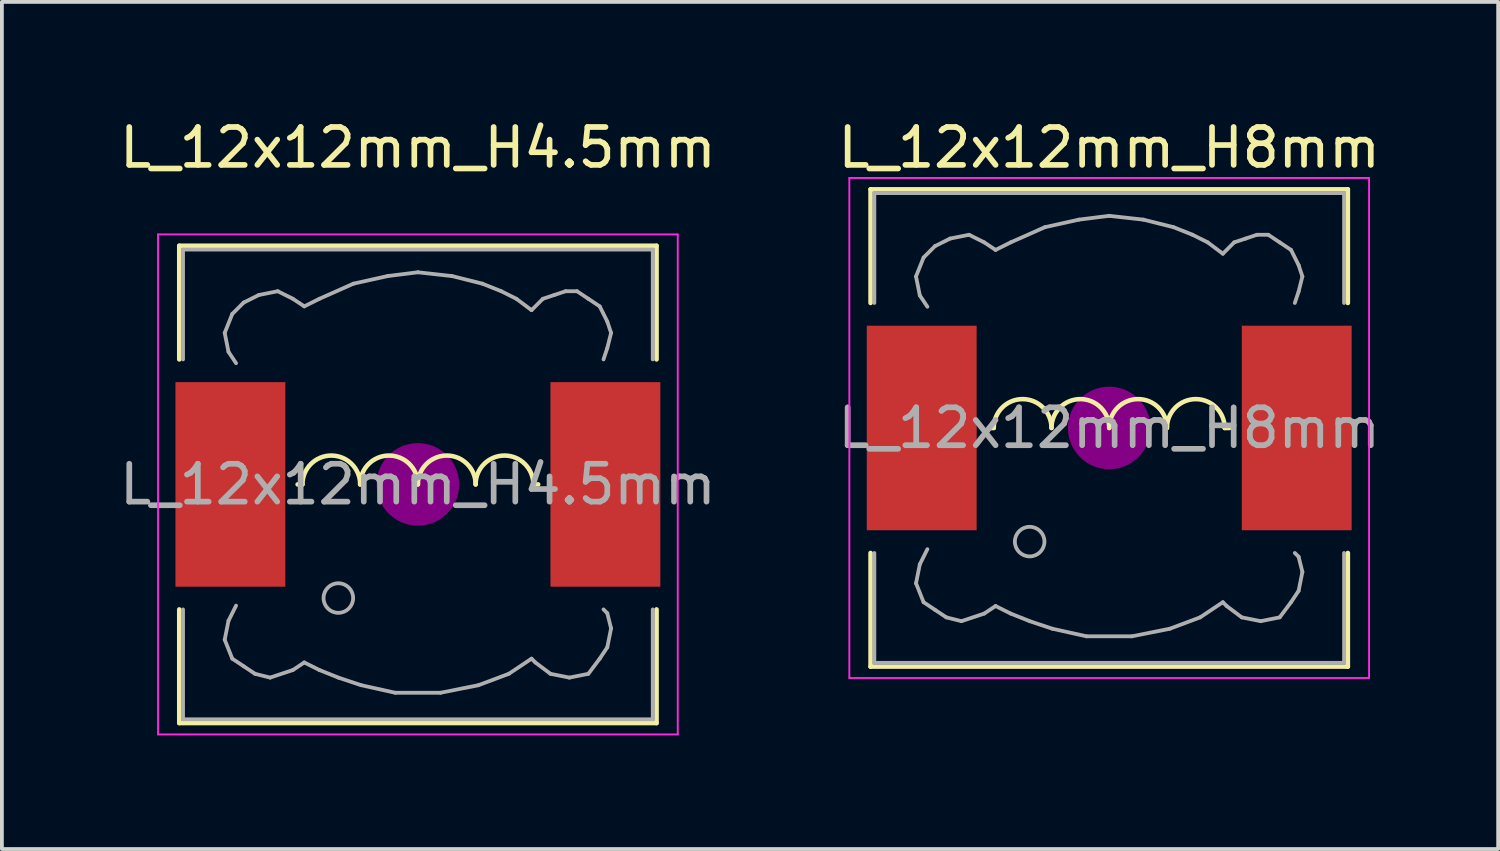
<source format=kicad_pcb>
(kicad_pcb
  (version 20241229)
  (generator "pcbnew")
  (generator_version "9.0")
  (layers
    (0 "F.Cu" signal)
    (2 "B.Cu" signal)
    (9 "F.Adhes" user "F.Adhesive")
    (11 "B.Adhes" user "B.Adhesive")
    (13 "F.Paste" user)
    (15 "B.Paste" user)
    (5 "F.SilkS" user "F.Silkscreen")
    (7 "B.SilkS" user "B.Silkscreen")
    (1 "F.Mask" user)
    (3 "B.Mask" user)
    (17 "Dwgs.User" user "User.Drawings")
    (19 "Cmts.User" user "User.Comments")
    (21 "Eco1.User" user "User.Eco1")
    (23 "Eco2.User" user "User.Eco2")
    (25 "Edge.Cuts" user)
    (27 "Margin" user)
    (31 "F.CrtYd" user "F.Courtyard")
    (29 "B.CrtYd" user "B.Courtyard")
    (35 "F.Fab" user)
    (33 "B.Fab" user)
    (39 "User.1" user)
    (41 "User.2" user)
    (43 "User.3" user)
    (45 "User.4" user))
  (footprint "L_12x12mm_H4.5mm"
    (layer "F.Cu")
    (at 7.982 9.738)
    (property "Reference" "L_12x12mm_H4.5mm" (at 0 -8.89 0) (layer "F.SilkS") (effects (font (size 1 1) (thickness 0.15))))
    (attr smd)
    (fp_line (start -6.3 -6.3) (end 6.3 -6.3) (stroke (width 0.12) (type solid)) (layer "F.SilkS"))
    (fp_line (start -6.3 -3.3) (end -6.3 -6.3) (stroke (width 0.12) (type solid)) (layer "F.SilkS"))
    (fp_line (start -6.3 6.3) (end -6.3 3.3) (stroke (width 0.12) (type solid)) (layer "F.SilkS"))
    (fp_line (start -3.048 0) (end -3.175 0) (stroke (width 0.12) (type solid)) (layer "F.SilkS"))
    (fp_line (start 3.175 0) (end 3.048 0) (stroke (width 0.12) (type solid)) (layer "F.SilkS"))
    (fp_line (start 6.3 -6.3) (end 6.3 -3.3) (stroke (width 0.12) (type solid)) (layer "F.SilkS"))
    (fp_line (start 6.3 3.3) (end 6.3 6.3) (stroke (width 0.12) (type solid)) (layer "F.SilkS"))
    (fp_line (start 6.3 6.3) (end -6.3 6.3) (stroke (width 0.12) (type solid)) (layer "F.SilkS"))
    (fp_arc (start -3.048 0) (mid -2.286 -0.762) (end -1.524 0) (stroke (width 0.12) (type solid)) (layer "F.SilkS"))
    (fp_arc (start -1.524 0) (mid -0.762 -0.762) (end 0 0) (stroke (width 0.12) (type solid)) (layer "F.SilkS"))
    (fp_arc (start 0 0) (mid 0.762 -0.762) (end 1.524 0) (stroke (width 0.12) (type solid)) (layer "F.SilkS"))
    (fp_arc (start 1.524 0) (mid 2.286 -0.762) (end 3.048 0) (stroke (width 0.12) (type solid)) (layer "F.SilkS"))
    (fp_circle (center 0 0) (end 0.15 0.15) (stroke (width 0.38) (type solid)) (fill no) (layer "F.Adhes"))
    (fp_circle (center 0 0) (end 0.55 0) (stroke (width 0.38) (type solid)) (fill no) (layer "F.Adhes"))
    (fp_circle (center 0 0) (end 0.9 0) (stroke (width 0.38) (type solid)) (fill no) (layer "F.Adhes"))
    (fp_line (start -6.86 -6.6) (end 6.86 -6.6) (stroke (width 0.05) (type solid)) (layer "F.CrtYd"))
    (fp_line (start -6.86 6.6) (end -6.86 -6.6) (stroke (width 0.05) (type solid)) (layer "F.CrtYd"))
    (fp_line (start 6.86 -6.6) (end 6.86 6.6) (stroke (width 0.05) (type solid)) (layer "F.CrtYd"))
    (fp_line (start 6.86 6.6) (end -6.86 6.6) (stroke (width 0.05) (type solid)) (layer "F.CrtYd"))
    (fp_line (start -6.2 -6.2) (end -6.2 -3.3) (stroke (width 0.1) (type solid)) (layer "F.Fab"))
    (fp_line (start -6.2 3.3) (end -6.2 6.2) (stroke (width 0.1) (type solid)) (layer "F.Fab"))
    (fp_line (start -6.2 6.2) (end 6.2 6.2) (stroke (width 0.1) (type solid)) (layer "F.Fab"))
    (fp_line (start -5.1 -4) (end -5 -3.5) (stroke (width 0.1) (type solid)) (layer "F.Fab"))
    (fp_line (start -5.1 4.1) (end -5 3.6) (stroke (width 0.1) (type solid)) (layer "F.Fab"))
    (fp_line (start -5 -3.5) (end -4.8 -3.2) (stroke (width 0.1) (type solid)) (layer "F.Fab"))
    (fp_line (start -5 3.6) (end -4.8 3.2) (stroke (width 0.1) (type solid)) (layer "F.Fab"))
    (fp_line (start -4.9 -4.5) (end -5.1 -4) (stroke (width 0.1) (type solid)) (layer "F.Fab"))
    (fp_line (start -4.9 4.6) (end -5.1 4.1) (stroke (width 0.1) (type solid)) (layer "F.Fab"))
    (fp_line (start -4.6 -4.8) (end -4.9 -4.5) (stroke (width 0.1) (type solid)) (layer "F.Fab"))
    (fp_line (start -4.6 4.8) (end -4.9 4.6) (stroke (width 0.1) (type solid)) (layer "F.Fab"))
    (fp_line (start -4.3 5) (end -4.6 4.8) (stroke (width 0.1) (type solid)) (layer "F.Fab"))
    (fp_line (start -4.2 -5) (end -4.6 -4.8) (stroke (width 0.1) (type solid)) (layer "F.Fab"))
    (fp_line (start -3.9 5.1) (end -4.3 5) (stroke (width 0.1) (type solid)) (layer "F.Fab"))
    (fp_line (start -3.7 -5.1) (end -4.2 -5) (stroke (width 0.1) (type solid)) (layer "F.Fab"))
    (fp_line (start -3.3 -4.9) (end -3.7 -5.1) (stroke (width 0.1) (type solid)) (layer "F.Fab"))
    (fp_line (start -3.3 4.9) (end -3.9 5.1) (stroke (width 0.1) (type solid)) (layer "F.Fab"))
    (fp_line (start -3 -4.7) (end -3.3 -4.9) (stroke (width 0.1) (type solid)) (layer "F.Fab"))
    (fp_line (start -3 4.7) (end -3.3 4.9) (stroke (width 0.1) (type solid)) (layer "F.Fab"))
    (fp_line (start -2.6 -4.9) (end -3 -4.7) (stroke (width 0.1) (type solid)) (layer "F.Fab"))
    (fp_line (start -2.6 4.9) (end -3 4.7) (stroke (width 0.1) (type solid)) (layer "F.Fab"))
    (fp_line (start -2.1 5.1) (end -2.6 4.9) (stroke (width 0.1) (type solid)) (layer "F.Fab"))
    (fp_line (start -1.7 -5.3) (end -2.6 -4.9) (stroke (width 0.1) (type solid)) (layer "F.Fab"))
    (fp_line (start -1.5 5.3) (end -2.1 5.1) (stroke (width 0.1) (type solid)) (layer "F.Fab"))
    (fp_line (start -0.8 -5.5) (end -1.7 -5.3) (stroke (width 0.1) (type solid)) (layer "F.Fab"))
    (fp_line (start -0.6 5.5) (end -1.5 5.3) (stroke (width 0.1) (type solid)) (layer "F.Fab"))
    (fp_line (start 0 -5.6) (end -0.8 -5.5) (stroke (width 0.1) (type solid)) (layer "F.Fab"))
    (fp_line (start 0.6 5.5) (end -0.6 5.5) (stroke (width 0.1) (type solid)) (layer "F.Fab"))
    (fp_line (start 0.9 -5.5) (end 0 -5.6) (stroke (width 0.1) (type solid)) (layer "F.Fab"))
    (fp_line (start 1.6 5.3) (end 0.6 5.5) (stroke (width 0.1) (type solid)) (layer "F.Fab"))
    (fp_line (start 1.7 -5.3) (end 0.9 -5.5) (stroke (width 0.1) (type solid)) (layer "F.Fab"))
    (fp_line (start 2.2 -5.1) (end 1.7 -5.3) (stroke (width 0.1) (type solid)) (layer "F.Fab"))
    (fp_line (start 2.4 5) (end 1.6 5.3) (stroke (width 0.1) (type solid)) (layer "F.Fab"))
    (fp_line (start 2.6 -4.9) (end 2.2 -5.1) (stroke (width 0.1) (type solid)) (layer "F.Fab"))
    (fp_line (start 3 -4.6) (end 2.6 -4.9) (stroke (width 0.1) (type solid)) (layer "F.Fab"))
    (fp_line (start 3 4.6) (end 2.4 5) (stroke (width 0.1) (type solid)) (layer "F.Fab"))
    (fp_line (start 3.1 4.7) (end 3 4.6) (stroke (width 0.1) (type solid)) (layer "F.Fab"))
    (fp_line (start 3.3 -4.9) (end 3 -4.6) (stroke (width 0.1) (type solid)) (layer "F.Fab"))
    (fp_line (start 3.5 5) (end 3.1 4.7) (stroke (width 0.1) (type solid)) (layer "F.Fab"))
    (fp_line (start 3.6 -5) (end 3.3 -4.9) (stroke (width 0.1) (type solid)) (layer "F.Fab"))
    (fp_line (start 3.9 -5.1) (end 3.6 -5) (stroke (width 0.1) (type solid)) (layer "F.Fab"))
    (fp_line (start 4 5.1) (end 3.5 5) (stroke (width 0.1) (type solid)) (layer "F.Fab"))
    (fp_line (start 4.2 -5.1) (end 3.9 -5.1) (stroke (width 0.1) (type solid)) (layer "F.Fab"))
    (fp_line (start 4.5 -4.9) (end 4.2 -5.1) (stroke (width 0.1) (type solid)) (layer "F.Fab"))
    (fp_line (start 4.5 5) (end 4 5.1) (stroke (width 0.1) (type solid)) (layer "F.Fab"))
    (fp_line (start 4.8 -4.7) (end 4.5 -4.9) (stroke (width 0.1) (type solid)) (layer "F.Fab"))
    (fp_line (start 4.8 4.6) (end 4.5 5) (stroke (width 0.1) (type solid)) (layer "F.Fab"))
    (fp_line (start 4.9 -3.3) (end 5 -3.6) (stroke (width 0.1) (type solid)) (layer "F.Fab"))
    (fp_line (start 4.9 3.3) (end 5 3.4) (stroke (width 0.1) (type solid)) (layer "F.Fab"))
    (fp_line (start 5 -4.3) (end 4.8 -4.7) (stroke (width 0.1) (type solid)) (layer "F.Fab"))
    (fp_line (start 5 -3.6) (end 5.1 -4) (stroke (width 0.1) (type solid)) (layer "F.Fab"))
    (fp_line (start 5 3.4) (end 5.1 3.8) (stroke (width 0.1) (type solid)) (layer "F.Fab"))
    (fp_line (start 5 4.3) (end 4.8 4.6) (stroke (width 0.1) (type solid)) (layer "F.Fab"))
    (fp_line (start 5.1 -4) (end 5 -4.3) (stroke (width 0.1) (type solid)) (layer "F.Fab"))
    (fp_line (start 5.1 3.8) (end 5 4.3) (stroke (width 0.1) (type solid)) (layer "F.Fab"))
    (fp_line (start 6.2 -6.2) (end -6.2 -6.2) (stroke (width 0.1) (type solid)) (layer "F.Fab"))
    (fp_line (start 6.2 -6.2) (end 6.2 -3.3) (stroke (width 0.1) (type solid)) (layer "F.Fab"))
    (fp_line (start 6.2 6.2) (end 6.2 3.3) (stroke (width 0.1) (type solid)) (layer "F.Fab"))
    (fp_circle (center -2.1 3) (end -1.8 3.25) (stroke (width 0.1) (type solid)) (fill no) (layer "F.Fab"))
    (fp_text user "${REFERENCE}" (at 0 0 0) (layer "F.Fab") (effects (font (size 1 1) (thickness 0.15))))
    (pad "1" smd rect (at -4.95 0) (size 2.9 5.4) (layers "F.Cu" "F.Mask" "F.Paste"))
    (pad "2" smd rect (at 4.95 0) (size 2.9 5.4) (layers "F.Cu" "F.Mask" "F.Paste")))
  (footprint "L_12x12mm_H8mm"
    (layer "F.Cu")
    (at 26.232 8.248)
    (property "Reference" "L_12x12mm_H8mm" (at 0 -7.4 0) (layer "F.SilkS") (effects (font (size 1 1) (thickness 0.15))))
    (attr smd)
    (fp_line (start -6.3 -6.3) (end 6.3 -6.3) (stroke (width 0.12) (type solid)) (layer "F.SilkS"))
    (fp_line (start -6.3 -3.3) (end -6.3 -6.3) (stroke (width 0.12) (type solid)) (layer "F.SilkS"))
    (fp_line (start -6.3 6.3) (end -6.3 3.3) (stroke (width 0.12) (type solid)) (layer "F.SilkS"))
    (fp_line (start -3.048 0) (end -3.175 0) (stroke (width 0.12) (type solid)) (layer "F.SilkS"))
    (fp_line (start 3.175 0) (end 3.048 0) (stroke (width 0.12) (type solid)) (layer "F.SilkS"))
    (fp_line (start 6.3 -6.3) (end 6.3 -3.3) (stroke (width 0.12) (type solid)) (layer "F.SilkS"))
    (fp_line (start 6.3 3.3) (end 6.3 6.3) (stroke (width 0.12) (type solid)) (layer "F.SilkS"))
    (fp_line (start 6.3 6.3) (end -6.3 6.3) (stroke (width 0.12) (type solid)) (layer "F.SilkS"))
    (fp_arc (start -3.048 0) (mid -2.286 -0.762) (end -1.524 0) (stroke (width 0.12) (type solid)) (layer "F.SilkS"))
    (fp_arc (start -1.524 0) (mid -0.762 -0.762) (end 0 0) (stroke (width 0.12) (type solid)) (layer "F.SilkS"))
    (fp_arc (start 0 0) (mid 0.762 -0.762) (end 1.524 0) (stroke (width 0.12) (type solid)) (layer "F.SilkS"))
    (fp_arc (start 1.524 0) (mid 2.286 -0.762) (end 3.048 0) (stroke (width 0.12) (type solid)) (layer "F.SilkS"))
    (fp_circle (center 0 0) (end 0.15 0.15) (stroke (width 0.38) (type solid)) (fill no) (layer "F.Adhes"))
    (fp_circle (center 0 0) (end 0.55 0) (stroke (width 0.38) (type solid)) (fill no) (layer "F.Adhes"))
    (fp_circle (center 0 0) (end 0.9 0) (stroke (width 0.38) (type solid)) (fill no) (layer "F.Adhes"))
    (fp_line (start -6.86 -6.6) (end 6.86 -6.6) (stroke (width 0.05) (type solid)) (layer "F.CrtYd"))
    (fp_line (start -6.86 6.6) (end -6.86 -6.6) (stroke (width 0.05) (type solid)) (layer "F.CrtYd"))
    (fp_line (start 6.86 -6.6) (end 6.86 6.6) (stroke (width 0.05) (type solid)) (layer "F.CrtYd"))
    (fp_line (start 6.86 6.6) (end -6.86 6.6) (stroke (width 0.05) (type solid)) (layer "F.CrtYd"))
    (fp_line (start -6.2 -6.2) (end -6.2 -3.3) (stroke (width 0.1) (type solid)) (layer "F.Fab"))
    (fp_line (start -6.2 3.3) (end -6.2 6.2) (stroke (width 0.1) (type solid)) (layer "F.Fab"))
    (fp_line (start -6.2 6.2) (end 6.2 6.2) (stroke (width 0.1) (type solid)) (layer "F.Fab"))
    (fp_line (start -5.1 -4) (end -5 -3.5) (stroke (width 0.1) (type solid)) (layer "F.Fab"))
    (fp_line (start -5.1 4.1) (end -5 3.6) (stroke (width 0.1) (type solid)) (layer "F.Fab"))
    (fp_line (start -5 -3.5) (end -4.8 -3.2) (stroke (width 0.1) (type solid)) (layer "F.Fab"))
    (fp_line (start -5 3.6) (end -4.8 3.2) (stroke (width 0.1) (type solid)) (layer "F.Fab"))
    (fp_line (start -4.9 -4.5) (end -5.1 -4) (stroke (width 0.1) (type solid)) (layer "F.Fab"))
    (fp_line (start -4.9 4.6) (end -5.1 4.1) (stroke (width 0.1) (type solid)) (layer "F.Fab"))
    (fp_line (start -4.6 -4.8) (end -4.9 -4.5) (stroke (width 0.1) (type solid)) (layer "F.Fab"))
    (fp_line (start -4.6 4.8) (end -4.9 4.6) (stroke (width 0.1) (type solid)) (layer "F.Fab"))
    (fp_line (start -4.3 5) (end -4.6 4.8) (stroke (width 0.1) (type solid)) (layer "F.Fab"))
    (fp_line (start -4.2 -5) (end -4.6 -4.8) (stroke (width 0.1) (type solid)) (layer "F.Fab"))
    (fp_line (start -3.9 5.1) (end -4.3 5) (stroke (width 0.1) (type solid)) (layer "F.Fab"))
    (fp_line (start -3.7 -5.1) (end -4.2 -5) (stroke (width 0.1) (type solid)) (layer "F.Fab"))
    (fp_line (start -3.3 -4.9) (end -3.7 -5.1) (stroke (width 0.1) (type solid)) (layer "F.Fab"))
    (fp_line (start -3.3 4.9) (end -3.9 5.1) (stroke (width 0.1) (type solid)) (layer "F.Fab"))
    (fp_line (start -3 -4.7) (end -3.3 -4.9) (stroke (width 0.1) (type solid)) (layer "F.Fab"))
    (fp_line (start -3 4.7) (end -3.3 4.9) (stroke (width 0.1) (type solid)) (layer "F.Fab"))
    (fp_line (start -2.6 -4.9) (end -3 -4.7) (stroke (width 0.1) (type solid)) (layer "F.Fab"))
    (fp_line (start -2.6 4.9) (end -3 4.7) (stroke (width 0.1) (type solid)) (layer "F.Fab"))
    (fp_line (start -2.1 5.1) (end -2.6 4.9) (stroke (width 0.1) (type solid)) (layer "F.Fab"))
    (fp_line (start -1.7 -5.3) (end -2.6 -4.9) (stroke (width 0.1) (type solid)) (layer "F.Fab"))
    (fp_line (start -1.5 5.3) (end -2.1 5.1) (stroke (width 0.1) (type solid)) (layer "F.Fab"))
    (fp_line (start -0.8 -5.5) (end -1.7 -5.3) (stroke (width 0.1) (type solid)) (layer "F.Fab"))
    (fp_line (start -0.6 5.5) (end -1.5 5.3) (stroke (width 0.1) (type solid)) (layer "F.Fab"))
    (fp_line (start 0 -5.6) (end -0.8 -5.5) (stroke (width 0.1) (type solid)) (layer "F.Fab"))
    (fp_line (start 0.6 5.5) (end -0.6 5.5) (stroke (width 0.1) (type solid)) (layer "F.Fab"))
    (fp_line (start 0.9 -5.5) (end 0 -5.6) (stroke (width 0.1) (type solid)) (layer "F.Fab"))
    (fp_line (start 1.6 5.3) (end 0.6 5.5) (stroke (width 0.1) (type solid)) (layer "F.Fab"))
    (fp_line (start 1.7 -5.3) (end 0.9 -5.5) (stroke (width 0.1) (type solid)) (layer "F.Fab"))
    (fp_line (start 2.2 -5.1) (end 1.7 -5.3) (stroke (width 0.1) (type solid)) (layer "F.Fab"))
    (fp_line (start 2.4 5) (end 1.6 5.3) (stroke (width 0.1) (type solid)) (layer "F.Fab"))
    (fp_line (start 2.6 -4.9) (end 2.2 -5.1) (stroke (width 0.1) (type solid)) (layer "F.Fab"))
    (fp_line (start 3 -4.6) (end 2.6 -4.9) (stroke (width 0.1) (type solid)) (layer "F.Fab"))
    (fp_line (start 3 4.6) (end 2.4 5) (stroke (width 0.1) (type solid)) (layer "F.Fab"))
    (fp_line (start 3.1 4.7) (end 3 4.6) (stroke (width 0.1) (type solid)) (layer "F.Fab"))
    (fp_line (start 3.3 -4.9) (end 3 -4.6) (stroke (width 0.1) (type solid)) (layer "F.Fab"))
    (fp_line (start 3.5 5) (end 3.1 4.7) (stroke (width 0.1) (type solid)) (layer "F.Fab"))
    (fp_line (start 3.6 -5) (end 3.3 -4.9) (stroke (width 0.1) (type solid)) (layer "F.Fab"))
    (fp_line (start 3.9 -5.1) (end 3.6 -5) (stroke (width 0.1) (type solid)) (layer "F.Fab"))
    (fp_line (start 4 5.1) (end 3.5 5) (stroke (width 0.1) (type solid)) (layer "F.Fab"))
    (fp_line (start 4.2 -5.1) (end 3.9 -5.1) (stroke (width 0.1) (type solid)) (layer "F.Fab"))
    (fp_line (start 4.5 -4.9) (end 4.2 -5.1) (stroke (width 0.1) (type solid)) (layer "F.Fab"))
    (fp_line (start 4.5 5) (end 4 5.1) (stroke (width 0.1) (type solid)) (layer "F.Fab"))
    (fp_line (start 4.8 -4.7) (end 4.5 -4.9) (stroke (width 0.1) (type solid)) (layer "F.Fab"))
    (fp_line (start 4.8 4.6) (end 4.5 5) (stroke (width 0.1) (type solid)) (layer "F.Fab"))
    (fp_line (start 4.9 -3.3) (end 5 -3.6) (stroke (width 0.1) (type solid)) (layer "F.Fab"))
    (fp_line (start 4.9 3.3) (end 5 3.4) (stroke (width 0.1) (type solid)) (layer "F.Fab"))
    (fp_line (start 5 -4.3) (end 4.8 -4.7) (stroke (width 0.1) (type solid)) (layer "F.Fab"))
    (fp_line (start 5 -3.6) (end 5.1 -4) (stroke (width 0.1) (type solid)) (layer "F.Fab"))
    (fp_line (start 5 3.4) (end 5.1 3.8) (stroke (width 0.1) (type solid)) (layer "F.Fab"))
    (fp_line (start 5 4.3) (end 4.8 4.6) (stroke (width 0.1) (type solid)) (layer "F.Fab"))
    (fp_line (start 5.1 -4) (end 5 -4.3) (stroke (width 0.1) (type solid)) (layer "F.Fab"))
    (fp_line (start 5.1 3.8) (end 5 4.3) (stroke (width 0.1) (type solid)) (layer "F.Fab"))
    (fp_line (start 6.2 -6.2) (end -6.2 -6.2) (stroke (width 0.1) (type solid)) (layer "F.Fab"))
    (fp_line (start 6.2 -6.2) (end 6.2 -3.3) (stroke (width 0.1) (type solid)) (layer "F.Fab"))
    (fp_line (start 6.2 6.2) (end 6.2 3.3) (stroke (width 0.1) (type solid)) (layer "F.Fab"))
    (fp_circle (center -2.1 3) (end -1.8 3.25) (stroke (width 0.1) (type solid)) (fill no) (layer "F.Fab"))
    (fp_text user "${REFERENCE}" (at 0 0 0) (layer "F.Fab") (effects (font (size 1 1) (thickness 0.15))))
    (pad "1" smd rect (at -4.95 0) (size 2.9 5.4) (layers "F.Cu" "F.Mask" "F.Paste"))
    (pad "2" smd rect (at 4.95 0) (size 2.9 5.4) (layers "F.Cu" "F.Mask" "F.Paste")))
  (gr_rect
    (start -3 -3)
    (end 36.5 19.363)
    (stroke (width 0.1) (type default))
    (fill no)
    (layer "Edge.Cuts")))
</source>
